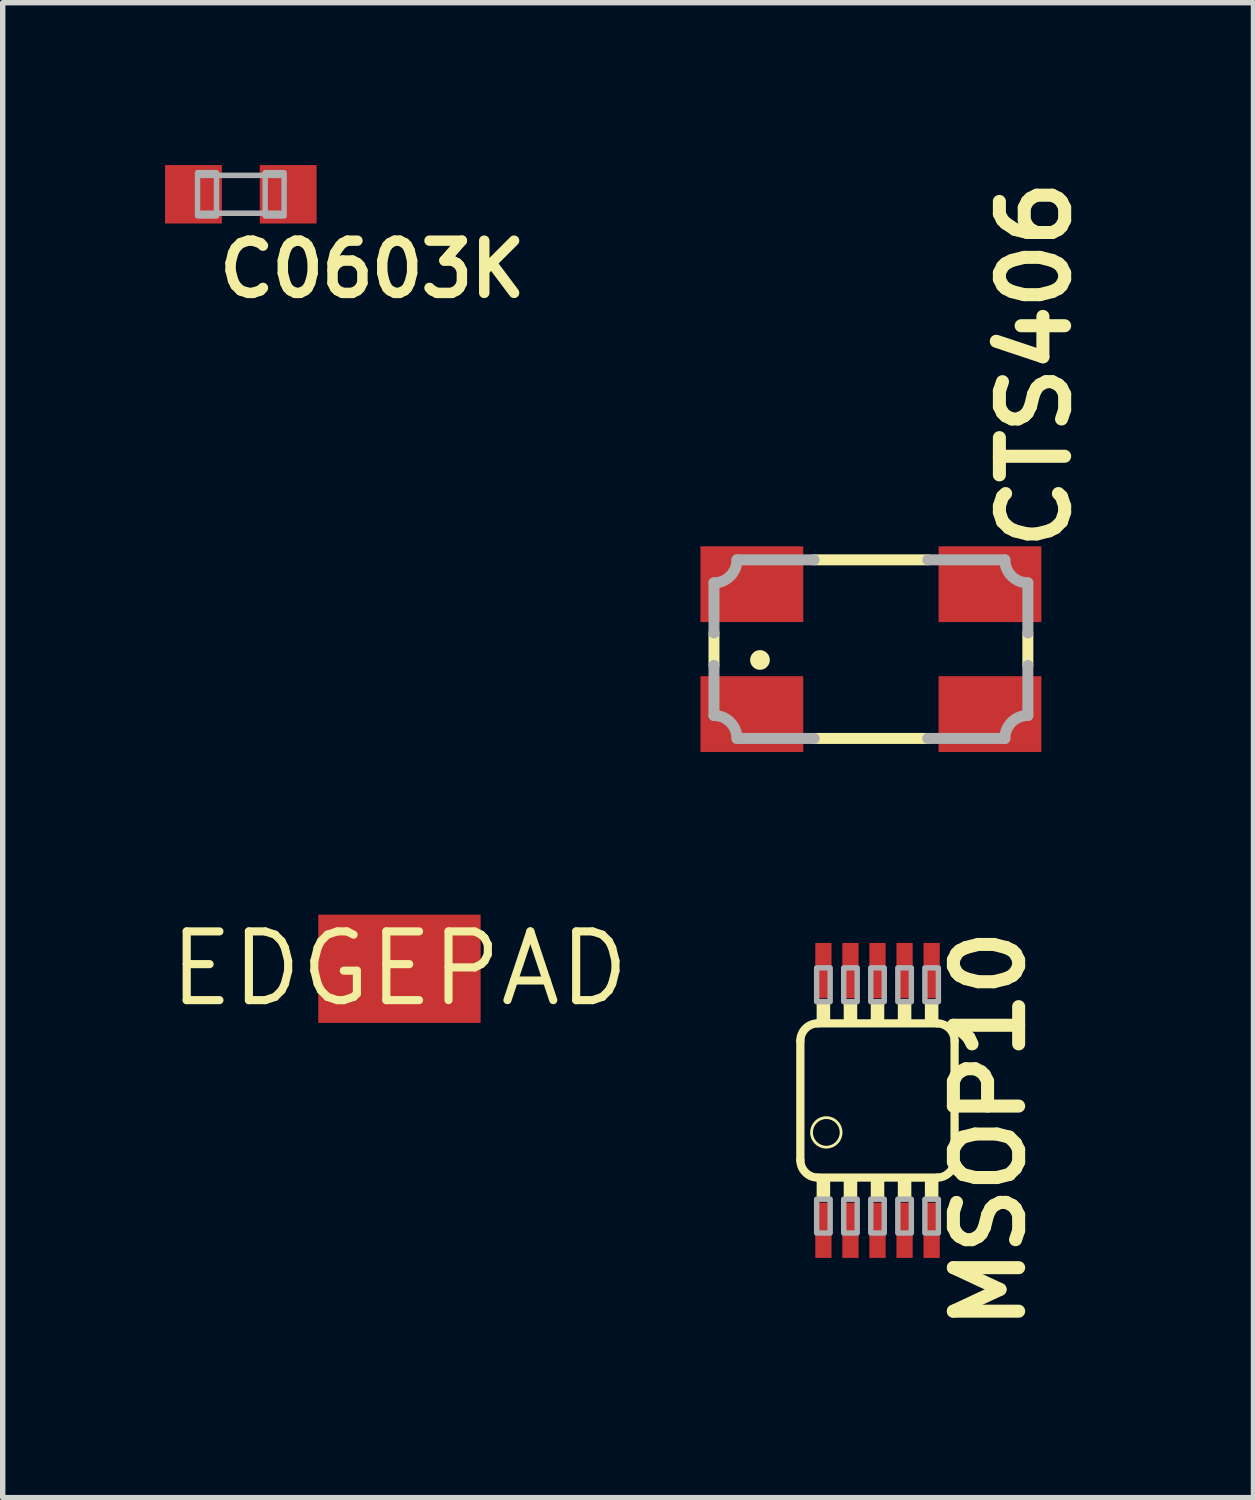
<source format=kicad_pcb>
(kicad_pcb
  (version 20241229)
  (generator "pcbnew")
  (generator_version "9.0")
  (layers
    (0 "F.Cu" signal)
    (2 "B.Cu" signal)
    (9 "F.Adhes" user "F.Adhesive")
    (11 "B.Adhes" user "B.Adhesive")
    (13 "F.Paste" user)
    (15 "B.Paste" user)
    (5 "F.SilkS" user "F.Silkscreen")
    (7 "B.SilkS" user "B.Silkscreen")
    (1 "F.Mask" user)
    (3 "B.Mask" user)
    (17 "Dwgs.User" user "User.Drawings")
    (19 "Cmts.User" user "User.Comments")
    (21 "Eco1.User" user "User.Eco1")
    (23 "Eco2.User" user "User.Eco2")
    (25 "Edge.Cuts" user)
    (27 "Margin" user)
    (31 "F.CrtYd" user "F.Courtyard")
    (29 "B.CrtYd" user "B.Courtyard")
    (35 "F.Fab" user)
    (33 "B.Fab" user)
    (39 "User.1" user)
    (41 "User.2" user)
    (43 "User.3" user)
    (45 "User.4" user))
  (footprint "C0603K"
    (layer "F.Cu")
    (at 1.4 0.54)
    (property "Reference" "C0603K" (at -0.5 1.95 0) (layer "F.SilkS") (effects (font (size 0.965 0.965) (thickness 0.193)) (justify left bottom)))
    (attr through_hole)
    (fp_line (start -0.725 -0.35) (end 0.725 -0.35) (stroke (width 0.102) (type solid)) (layer "F.Fab"))
    (fp_line (start 0.725 0.35) (end -0.725 0.35) (stroke (width 0.102) (type solid)) (layer "F.Fab"))
    (fp_poly (pts (xy -0.8 0.4) (xy -0.45 0.4) (xy -0.45 -0.4) (xy -0.8 -0.4)) (stroke (width 0.1) (type solid)) (fill no) (layer "F.Fab"))
    (fp_poly (pts (xy 0.45 0.4) (xy 0.8 0.4) (xy 0.8 -0.4) (xy 0.45 -0.4)) (stroke (width 0.1) (type solid)) (fill no) (layer "F.Fab"))
    (pad "1" smd rect (at -0.875 0) (size 1.05 1.08) (layers "F.Cu" "F.Mask" "F.Paste"))
    (pad "2" smd rect (at 0.875 0) (size 1.05 1.08) (layers "F.Cu" "F.Mask" "F.Paste")))
  (footprint "CTS406"
    (layer "F.Cu")
    (at 13.043 8.945)
    (property "Reference" "CTS406" (at 3.74 -1.74 270) (layer "F.SilkS") (effects (font (size 1.206 1.206) (thickness 0.241)) (justify left bottom)))
    (attr through_hole)
    (fp_line (start -2.9 0.3) (end -2.9 -0.3) (stroke (width 0.203) (type solid)) (layer "F.SilkS"))
    (fp_line (start -1.05 -1.65) (end 1.05 -1.65) (stroke (width 0.203) (type solid)) (layer "F.SilkS"))
    (fp_line (start 1.05 1.65) (end -1.05 1.65) (stroke (width 0.203) (type solid)) (layer "F.SilkS"))
    (fp_line (start 2.9 -0.3) (end 2.9 0.3) (stroke (width 0.203) (type solid)) (layer "F.SilkS"))
    (fp_circle (center -2.05 0.2) (end -1.959 0.2) (stroke (width 0.182) (type solid)) (fill no) (layer "F.SilkS"))
    (fp_line (start -2.9 -0.3) (end -2.9 -1.225) (stroke (width 0.203) (type solid)) (layer "F.Fab"))
    (fp_line (start -2.9 1.225) (end -2.9 0.3) (stroke (width 0.203) (type solid)) (layer "F.Fab"))
    (fp_line (start -2.475 -1.65) (end -1.05 -1.65) (stroke (width 0.203) (type solid)) (layer "F.Fab"))
    (fp_line (start -1.05 1.65) (end -2.475 1.65) (stroke (width 0.203) (type solid)) (layer "F.Fab"))
    (fp_line (start 1.05 -1.65) (end 2.475 -1.65) (stroke (width 0.203) (type solid)) (layer "F.Fab"))
    (fp_line (start 2.475 1.65) (end 1.05 1.65) (stroke (width 0.203) (type solid)) (layer "F.Fab"))
    (fp_line (start 2.9 -1.225) (end 2.9 -0.3) (stroke (width 0.203) (type solid)) (layer "F.Fab"))
    (fp_line (start 2.9 0.3) (end 2.9 1.225) (stroke (width 0.203) (type solid)) (layer "F.Fab"))
    (fp_arc (start -2.899998 1.225) (mid -2.600003 1.350005) (end -2.475 1.65) (stroke (width 0.2032) (type solid)) (layer "F.Fab"))
    (fp_arc (start -2.475 -1.649998) (mid -2.600005 -1.350003) (end -2.9 -1.225) (stroke (width 0.2032) (type solid)) (layer "F.Fab"))
    (fp_arc (start 2.475 1.649998) (mid 2.600005 1.350003) (end 2.9 1.225) (stroke (width 0.2032) (type solid)) (layer "F.Fab"))
    (fp_arc (start 2.899998 -1.225) (mid 2.600003 -1.350005) (end 2.475 -1.65) (stroke (width 0.2032) (type solid)) (layer "F.Fab"))
    (pad "1" smd rect (at -2.2 1.2) (size 1.9 1.4) (layers "F.Cu" "F.Mask" "F.Paste"))
    (pad "2" smd rect (at 2.2 1.2) (size 1.9 1.4) (layers "F.Cu" "F.Mask" "F.Paste"))
    (pad "3" smd rect (at 2.2 -1.2) (size 1.9 1.4) (layers "F.Cu" "F.Mask" "F.Paste"))
    (pad "4" smd rect (at -2.2 -1.2) (size 1.9 1.4) (layers "F.Cu" "F.Mask" "F.Paste")))
  (footprint "EDGEPAD"
    (layer "F.Cu")
    (at 4.331 14.851)
    (property "Reference" "EDGEPAD" (at 0 0 0) (layer "F.SilkS") (effects (font (size 1.27 1.27) (thickness 0.15))))
    (attr through_hole)
    (pad "P$1" smd rect (at 0 0) (size 3 2) (layers "F.Cu" "F.Mask" "F.Paste")))
  (footprint "MSOP10"
    (layer "F.Cu")
    (at 13.165 17.284)
    (property "Reference" "MSOP10" (at 2.768 4.34 90) (layer "F.SilkS") (effects (font (size 1.206 1.206) (thickness 0.241)) (justify left bottom)))
    (attr through_hole)
    (fp_poly (pts (xy -1.2 2.95) (xy -0.8 2.95) (xy -0.8 1.85) (xy -1.2 1.85)) (stroke (width 0) (type solid)) (fill yes) (layer "F.Mask"))
    (fp_poly (pts (xy -0.8 -2.95) (xy -1.2 -2.95) (xy -1.2 -1.85) (xy -0.8 -1.85)) (stroke (width 0) (type solid)) (fill yes) (layer "F.Mask"))
    (fp_poly (pts (xy -0.7 2.95) (xy -0.3 2.95) (xy -0.3 1.85) (xy -0.7 1.85)) (stroke (width 0) (type solid)) (fill yes) (layer "F.Mask"))
    (fp_poly (pts (xy -0.3 -2.95) (xy -0.7 -2.95) (xy -0.7 -1.85) (xy -0.3 -1.85)) (stroke (width 0) (type solid)) (fill yes) (layer "F.Mask"))
    (fp_poly (pts (xy -0.2 2.95) (xy 0.2 2.95) (xy 0.2 1.85) (xy -0.2 1.85)) (stroke (width 0) (type solid)) (fill yes) (layer "F.Mask"))
    (fp_poly (pts (xy 0.2 -2.95) (xy -0.2 -2.95) (xy -0.2 -1.85) (xy 0.2 -1.85)) (stroke (width 0) (type solid)) (fill yes) (layer "F.Mask"))
    (fp_poly (pts (xy 0.3 2.95) (xy 0.7 2.95) (xy 0.7 1.85) (xy 0.3 1.85)) (stroke (width 0) (type solid)) (fill yes) (layer "F.Mask"))
    (fp_poly (pts (xy 0.7 -2.95) (xy 0.3 -2.95) (xy 0.3 -1.85) (xy 0.7 -1.85)) (stroke (width 0) (type solid)) (fill yes) (layer "F.Mask"))
    (fp_poly (pts (xy 0.8 2.95) (xy 1.2 2.95) (xy 1.2 1.85) (xy 0.8 1.85)) (stroke (width 0) (type solid)) (fill yes) (layer "F.Mask"))
    (fp_poly (pts (xy 1.2 -2.95) (xy 0.8 -2.95) (xy 0.8 -1.85) (xy 1.2 -1.85)) (stroke (width 0) (type solid)) (fill yes) (layer "F.Mask"))
    (fp_line (start -1.426 1.101) (end -1.426 -1.099) (stroke (width 0.152) (type solid)) (layer "F.SilkS"))
    (fp_line (start -1.101 -1.424) (end 1.099 -1.424) (stroke (width 0.152) (type solid)) (layer "F.SilkS"))
    (fp_line (start -1.1 1.425) (end 1.099 1.426) (stroke (width 0.152) (type solid)) (layer "F.SilkS"))
    (fp_line (start 1.424 -1.099) (end 1.424 1.101) (stroke (width 0.152) (type solid)) (layer "F.SilkS"))
    (fp_arc (start -1.426 -1.099) (mid -1.33081 -1.32881) (end -1.101 -1.424) (stroke (width 0.1524) (type solid)) (layer "F.SilkS"))
    (fp_arc (start -1.101 1.426) (mid -1.33081 1.33081) (end -1.426 1.101) (stroke (width 0.1524) (type solid)) (layer "F.SilkS"))
    (fp_arc (start 1.099 -1.424) (mid 1.32881 -1.32881) (end 1.424 -1.099) (stroke (width 0.1524) (type solid)) (layer "F.SilkS"))
    (fp_arc (start 1.424 1.101) (mid 1.32881 1.33081) (end 1.099 1.426) (stroke (width 0.1524) (type solid)) (layer "F.SilkS"))
    (fp_circle (center -0.946 0.591) (end -0.673 0.591) (stroke (width 0.051) (type solid)) (fill no) (layer "F.SilkS"))
    (fp_poly (pts (xy -1.125 1.825) (xy -0.875 1.825) (xy -0.875 1.475) (xy -1.125 1.475)) (stroke (width 0) (type solid)) (fill yes) (layer "F.SilkS"))
    (fp_poly (pts (xy -0.875 -1.825) (xy -1.125 -1.825) (xy -1.125 -1.475) (xy -0.875 -1.475)) (stroke (width 0) (type solid)) (fill yes) (layer "F.SilkS"))
    (fp_poly (pts (xy -0.625 1.825) (xy -0.375 1.825) (xy -0.375 1.475) (xy -0.625 1.475)) (stroke (width 0) (type solid)) (fill yes) (layer "F.SilkS"))
    (fp_poly (pts (xy -0.375 -1.825) (xy -0.625 -1.825) (xy -0.625 -1.475) (xy -0.375 -1.475)) (stroke (width 0) (type solid)) (fill yes) (layer "F.SilkS"))
    (fp_poly (pts (xy -0.125 1.825) (xy 0.125 1.825) (xy 0.125 1.475) (xy -0.125 1.475)) (stroke (width 0) (type solid)) (fill yes) (layer "F.SilkS"))
    (fp_poly (pts (xy 0.125 -1.825) (xy -0.125 -1.825) (xy -0.125 -1.475) (xy 0.125 -1.475)) (stroke (width 0) (type solid)) (fill yes) (layer "F.SilkS"))
    (fp_poly (pts (xy 0.375 1.825) (xy 0.625 1.825) (xy 0.625 1.475) (xy 0.375 1.475)) (stroke (width 0) (type solid)) (fill yes) (layer "F.SilkS"))
    (fp_poly (pts (xy 0.625 -1.825) (xy 0.375 -1.825) (xy 0.375 -1.475) (xy 0.625 -1.475)) (stroke (width 0) (type solid)) (fill yes) (layer "F.SilkS"))
    (fp_poly (pts (xy 0.875 1.825) (xy 1.125 1.825) (xy 1.125 1.475) (xy 0.875 1.475)) (stroke (width 0) (type solid)) (fill yes) (layer "F.SilkS"))
    (fp_poly (pts (xy 1.125 -1.825) (xy 0.875 -1.825) (xy 0.875 -1.475) (xy 1.125 -1.475)) (stroke (width 0) (type solid)) (fill yes) (layer "F.SilkS"))
    (fp_poly (pts (xy -1.15 2.85) (xy -0.85 2.85) (xy -0.85 1.9) (xy -1.15 1.9)) (stroke (width 0) (type solid)) (fill yes) (layer "F.Paste"))
    (fp_poly (pts (xy -0.85 -2.85) (xy -1.15 -2.85) (xy -1.15 -1.9) (xy -0.85 -1.9)) (stroke (width 0) (type solid)) (fill yes) (layer "F.Paste"))
    (fp_poly (pts (xy -0.65 2.85) (xy -0.35 2.85) (xy -0.35 1.9) (xy -0.65 1.9)) (stroke (width 0) (type solid)) (fill yes) (layer "F.Paste"))
    (fp_poly (pts (xy -0.35 -2.85) (xy -0.65 -2.85) (xy -0.65 -1.9) (xy -0.35 -1.9)) (stroke (width 0) (type solid)) (fill yes) (layer "F.Paste"))
    (fp_poly (pts (xy -0.15 2.85) (xy 0.15 2.85) (xy 0.15 1.9) (xy -0.15 1.9)) (stroke (width 0) (type solid)) (fill yes) (layer "F.Paste"))
    (fp_poly (pts (xy 0.15 -2.85) (xy -0.15 -2.85) (xy -0.15 -1.9) (xy 0.15 -1.9)) (stroke (width 0) (type solid)) (fill yes) (layer "F.Paste"))
    (fp_poly (pts (xy 0.35 2.85) (xy 0.65 2.85) (xy 0.65 1.9) (xy 0.35 1.9)) (stroke (width 0) (type solid)) (fill yes) (layer "F.Paste"))
    (fp_poly (pts (xy 0.65 -2.85) (xy 0.35 -2.85) (xy 0.35 -1.9) (xy 0.65 -1.9)) (stroke (width 0) (type solid)) (fill yes) (layer "F.Paste"))
    (fp_poly (pts (xy 0.85 2.85) (xy 1.15 2.85) (xy 1.15 1.9) (xy 0.85 1.9)) (stroke (width 0) (type solid)) (fill yes) (layer "F.Paste"))
    (fp_poly (pts (xy 1.15 -2.85) (xy 0.85 -2.85) (xy 0.85 -1.9) (xy 1.15 -1.9)) (stroke (width 0) (type solid)) (fill yes) (layer "F.Paste"))
    (fp_poly (pts (xy -1.125 2.45) (xy -0.875 2.45) (xy -0.875 1.825) (xy -1.125 1.825)) (stroke (width 0.1) (type solid)) (fill no) (layer "F.Fab"))
    (fp_poly (pts (xy -0.875 -2.45) (xy -1.125 -2.45) (xy -1.125 -1.825) (xy -0.875 -1.825)) (stroke (width 0.1) (type solid)) (fill no) (layer "F.Fab"))
    (fp_poly (pts (xy -0.625 2.45) (xy -0.375 2.45) (xy -0.375 1.825) (xy -0.625 1.825)) (stroke (width 0.1) (type solid)) (fill no) (layer "F.Fab"))
    (fp_poly (pts (xy -0.375 -2.45) (xy -0.625 -2.45) (xy -0.625 -1.825) (xy -0.375 -1.825)) (stroke (width 0.1) (type solid)) (fill no) (layer "F.Fab"))
    (fp_poly (pts (xy -0.125 2.45) (xy 0.125 2.45) (xy 0.125 1.825) (xy -0.125 1.825)) (stroke (width 0.1) (type solid)) (fill no) (layer "F.Fab"))
    (fp_poly (pts (xy 0.125 -2.45) (xy -0.125 -2.45) (xy -0.125 -1.825) (xy 0.125 -1.825)) (stroke (width 0.1) (type solid)) (fill no) (layer "F.Fab"))
    (fp_poly (pts (xy 0.375 2.45) (xy 0.625 2.45) (xy 0.625 1.825) (xy 0.375 1.825)) (stroke (width 0.1) (type solid)) (fill no) (layer "F.Fab"))
    (fp_poly (pts (xy 0.625 -2.45) (xy 0.375 -2.45) (xy 0.375 -1.825) (xy 0.625 -1.825)) (stroke (width 0.1) (type solid)) (fill no) (layer "F.Fab"))
    (fp_poly (pts (xy 0.875 2.45) (xy 1.125 2.45) (xy 1.125 1.825) (xy 0.875 1.825)) (stroke (width 0.1) (type solid)) (fill no) (layer "F.Fab"))
    (fp_poly (pts (xy 1.125 -2.45) (xy 0.875 -2.45) (xy 0.875 -1.825) (xy 1.125 -1.825)) (stroke (width 0.1) (type solid)) (fill no) (layer "F.Fab"))
    (pad "1" smd rect (at -1 2.4) (size 0.3 1.02) (layers "F.Cu" "F.Mask"))
    (pad "2" smd rect (at -0.5 2.4) (size 0.3 1.02) (layers "F.Cu" "F.Mask"))
    (pad "3" smd rect (at 0 2.4) (size 0.3 1.02) (layers "F.Cu" "F.Mask"))
    (pad "4" smd rect (at 0.5 2.4) (size 0.3 1.02) (layers "F.Cu" "F.Mask"))
    (pad "5" smd rect (at 1 2.4) (size 0.3 1.02) (layers "F.Cu" "F.Mask"))
    (pad "6" smd rect (at 1 -2.4 180) (size 0.3 1.02) (layers "F.Cu" "F.Mask"))
    (pad "7" smd rect (at 0.5 -2.4 180) (size 0.3 1.02) (layers "F.Cu" "F.Mask"))
    (pad "8" smd rect (at 0 -2.4 180) (size 0.3 1.02) (layers "F.Cu" "F.Mask"))
    (pad "9" smd rect (at -0.5 -2.4 180) (size 0.3 1.02) (layers "F.Cu" "F.Mask"))
    (pad "10" smd rect (at -1 -2.4 180) (size 0.3 1.02) (layers "F.Cu" "F.Mask")))
  (gr_rect
    (start -3 -3)
    (end 20.112 24.624)
    (stroke (width 0.1) (type default))
    (fill no)
    (layer "Edge.Cuts")))
</source>
